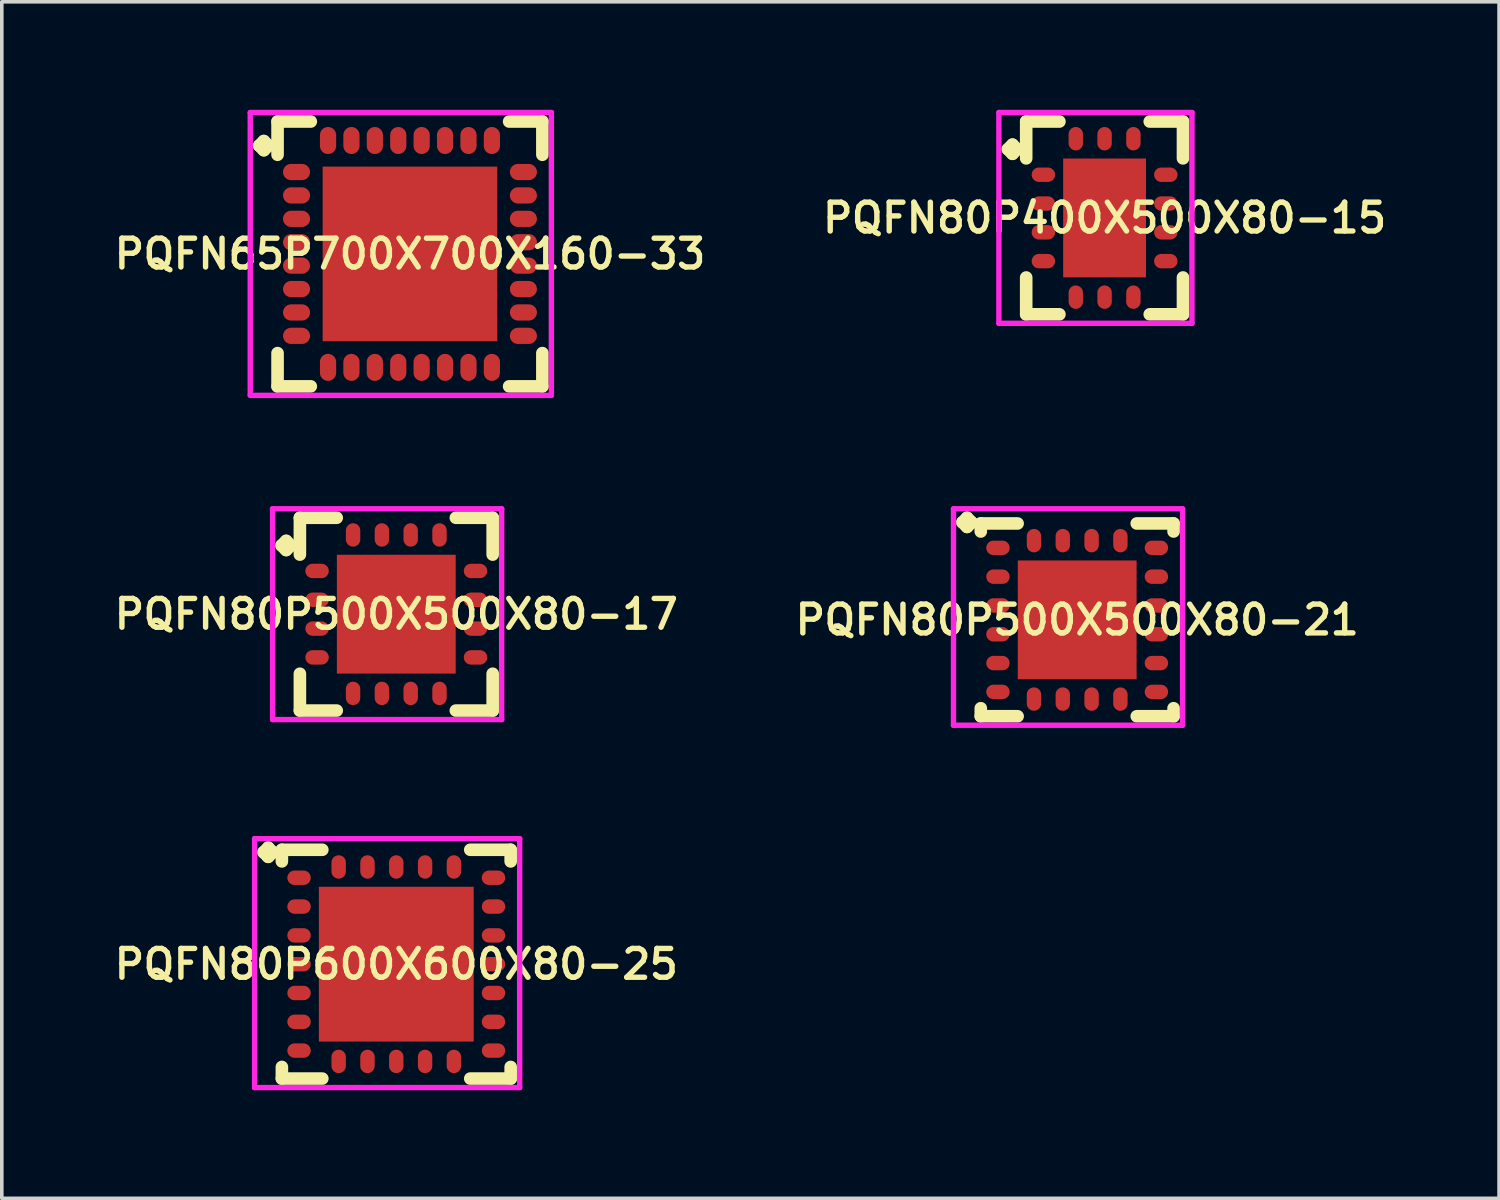
<source format=kicad_pcb>
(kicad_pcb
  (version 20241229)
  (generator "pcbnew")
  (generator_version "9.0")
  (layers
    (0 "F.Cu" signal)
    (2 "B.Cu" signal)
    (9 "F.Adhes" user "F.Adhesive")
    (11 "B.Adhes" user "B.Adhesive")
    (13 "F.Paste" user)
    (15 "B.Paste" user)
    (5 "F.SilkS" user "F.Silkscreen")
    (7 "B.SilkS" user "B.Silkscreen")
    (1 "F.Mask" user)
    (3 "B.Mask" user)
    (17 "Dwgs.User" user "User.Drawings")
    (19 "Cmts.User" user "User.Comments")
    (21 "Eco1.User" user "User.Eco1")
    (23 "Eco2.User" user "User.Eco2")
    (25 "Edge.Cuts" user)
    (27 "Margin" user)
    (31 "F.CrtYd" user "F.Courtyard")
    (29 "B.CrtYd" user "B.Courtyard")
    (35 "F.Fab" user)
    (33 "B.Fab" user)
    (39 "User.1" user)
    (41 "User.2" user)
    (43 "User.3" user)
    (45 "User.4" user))
  (footprint "PQFN80P600X600X80-25"
    (layer "F.Cu")
    (at 7.955 23.726)
    (property "Reference" "PQFN80P600X600X80-25" (at 0 0 0) (layer "F.SilkS") (effects (font (size 0.8 0.8) (thickness 0.15))))
    (attr smd)
    (fp_line (start -3.685 -3.108) (end -3.558 -3.235) (stroke (width 0.35) (type solid)) (layer "F.SilkS"))
    (fp_line (start -3.558 -3.235) (end -3.431 -3.108) (stroke (width 0.35) (type solid)) (layer "F.SilkS"))
    (fp_line (start -3.558 -2.981) (end -3.685 -3.108) (stroke (width 0.35) (type solid)) (layer "F.SilkS"))
    (fp_line (start -3.431 -3.108) (end -3.558 -2.981) (stroke (width 0.35) (type solid)) (layer "F.SilkS"))
    (fp_line (start -3.177 -3.177) (end -2.054 -3.177) (stroke (width 0.35) (type solid)) (layer "F.SilkS"))
    (fp_line (start -3.177 -2.854) (end -3.177 -3.177) (stroke (width 0.35) (type solid)) (layer "F.SilkS"))
    (fp_line (start -3.177 2.854) (end -3.177 3.177) (stroke (width 0.35) (type solid)) (layer "F.SilkS"))
    (fp_line (start -3.177 3.177) (end -2.054 3.177) (stroke (width 0.35) (type solid)) (layer "F.SilkS"))
    (fp_line (start 2.054 -3.177) (end 3.177 -3.177) (stroke (width 0.35) (type solid)) (layer "F.SilkS"))
    (fp_line (start 2.054 3.177) (end 3.177 3.177) (stroke (width 0.35) (type solid)) (layer "F.SilkS"))
    (fp_line (start 3.177 -3.177) (end 3.177 -2.854) (stroke (width 0.35) (type solid)) (layer "F.SilkS"))
    (fp_line (start 3.177 3.177) (end 3.177 2.854) (stroke (width 0.35) (type solid)) (layer "F.SilkS"))
    (fp_line (start -3.935 -3.485) (end 3.427 -3.485) (stroke (width 0.15) (type solid)) (layer "F.CrtYd"))
    (fp_line (start -3.935 3.427) (end -3.935 -3.485) (stroke (width 0.15) (type solid)) (layer "F.CrtYd"))
    (fp_line (start 3.427 -3.485) (end 3.427 3.427) (stroke (width 0.15) (type solid)) (layer "F.CrtYd"))
    (fp_line (start 3.427 3.427) (end -3.935 3.427) (stroke (width 0.15) (type solid)) (layer "F.CrtYd"))
    (pad "1" smd oval (at -2.7 -2.4) (size 0.65 0.4) (layers "F.Cu" "F.Mask" "F.Paste"))
    (pad "2" smd oval (at -2.7 -1.6) (size 0.65 0.4) (layers "F.Cu" "F.Mask" "F.Paste"))
    (pad "3" smd oval (at -2.7 -0.8) (size 0.65 0.4) (layers "F.Cu" "F.Mask" "F.Paste"))
    (pad "4" smd oval (at -2.7 0) (size 0.65 0.4) (layers "F.Cu" "F.Mask" "F.Paste"))
    (pad "5" smd oval (at -2.7 0.8) (size 0.65 0.4) (layers "F.Cu" "F.Mask" "F.Paste"))
    (pad "6" smd oval (at -2.7 1.6) (size 0.65 0.4) (layers "F.Cu" "F.Mask" "F.Paste"))
    (pad "7" smd oval (at -2.7 2.4) (size 0.65 0.4) (layers "F.Cu" "F.Mask" "F.Paste"))
    (pad "8" smd oval (at -1.6 2.7) (size 0.4 0.65) (layers "F.Cu" "F.Mask" "F.Paste"))
    (pad "9" smd oval (at -0.8 2.7) (size 0.4 0.65) (layers "F.Cu" "F.Mask" "F.Paste"))
    (pad "10" smd oval (at 0 2.7) (size 0.4 0.65) (layers "F.Cu" "F.Mask" "F.Paste"))
    (pad "11" smd oval (at 0.8 2.7) (size 0.4 0.65) (layers "F.Cu" "F.Mask" "F.Paste"))
    (pad "12" smd oval (at 1.6 2.7) (size 0.4 0.65) (layers "F.Cu" "F.Mask" "F.Paste"))
    (pad "13" smd oval (at 2.7 2.4) (size 0.65 0.4) (layers "F.Cu" "F.Mask" "F.Paste"))
    (pad "14" smd oval (at 2.7 1.6) (size 0.65 0.4) (layers "F.Cu" "F.Mask" "F.Paste"))
    (pad "15" smd oval (at 2.7 0.8) (size 0.65 0.4) (layers "F.Cu" "F.Mask" "F.Paste"))
    (pad "16" smd oval (at 2.7 0) (size 0.65 0.4) (layers "F.Cu" "F.Mask" "F.Paste"))
    (pad "17" smd oval (at 2.7 -0.8) (size 0.65 0.4) (layers "F.Cu" "F.Mask" "F.Paste"))
    (pad "18" smd oval (at 2.7 -1.6) (size 0.65 0.4) (layers "F.Cu" "F.Mask" "F.Paste"))
    (pad "19" smd oval (at 2.7 -2.4) (size 0.65 0.4) (layers "F.Cu" "F.Mask" "F.Paste"))
    (pad "20" smd oval (at 1.6 -2.7) (size 0.4 0.65) (layers "F.Cu" "F.Mask" "F.Paste"))
    (pad "21" smd oval (at 0.8 -2.7) (size 0.4 0.65) (layers "F.Cu" "F.Mask" "F.Paste"))
    (pad "22" smd oval (at 0 -2.7) (size 0.4 0.65) (layers "F.Cu" "F.Mask" "F.Paste"))
    (pad "23" smd oval (at -0.8 -2.7) (size 0.4 0.65) (layers "F.Cu" "F.Mask" "F.Paste"))
    (pad "24" smd oval (at -1.6 -2.7) (size 0.4 0.65) (layers "F.Cu" "F.Mask" "F.Paste"))
    (pad "25" smd rect (at 0 0) (size 4.3 4.3) (layers "F.Cu" "F.Mask" "F.Paste")))
  (footprint "PQFN80P500X500X80-21"
    (layer "F.Cu")
    (at 26.864 14.164)
    (property "Reference" "PQFN80P500X500X80-21" (at 0 0 0) (layer "F.SilkS") (effects (font (size 0.8 0.8) (thickness 0.15))))
    (attr through_hole)
    (fp_line (start -3.185 -2.708) (end -3.058 -2.835) (stroke (width 0.35) (type solid)) (layer "F.SilkS"))
    (fp_line (start -3.058 -2.835) (end -2.931 -2.708) (stroke (width 0.35) (type solid)) (layer "F.SilkS"))
    (fp_line (start -3.058 -2.581) (end -3.185 -2.708) (stroke (width 0.35) (type solid)) (layer "F.SilkS"))
    (fp_line (start -2.931 -2.708) (end -3.058 -2.581) (stroke (width 0.35) (type solid)) (layer "F.SilkS"))
    (fp_line (start -2.677 -2.677) (end -1.654 -2.677) (stroke (width 0.35) (type solid)) (layer "F.SilkS"))
    (fp_line (start -2.677 -2.454) (end -2.677 -2.677) (stroke (width 0.35) (type solid)) (layer "F.SilkS"))
    (fp_line (start -2.677 2.454) (end -2.677 2.677) (stroke (width 0.35) (type solid)) (layer "F.SilkS"))
    (fp_line (start -2.677 2.677) (end -1.654 2.677) (stroke (width 0.35) (type solid)) (layer "F.SilkS"))
    (fp_line (start 1.654 -2.677) (end 2.677 -2.677) (stroke (width 0.35) (type solid)) (layer "F.SilkS"))
    (fp_line (start 1.654 2.677) (end 2.677 2.677) (stroke (width 0.35) (type solid)) (layer "F.SilkS"))
    (fp_line (start 2.677 -2.677) (end 2.677 -2.454) (stroke (width 0.35) (type solid)) (layer "F.SilkS"))
    (fp_line (start 2.677 2.677) (end 2.677 2.454) (stroke (width 0.35) (type solid)) (layer "F.SilkS"))
    (fp_line (start -3.435 -3.085) (end 2.927 -3.085) (stroke (width 0.15) (type solid)) (layer "F.CrtYd"))
    (fp_line (start -3.435 2.927) (end -3.435 -3.085) (stroke (width 0.15) (type solid)) (layer "F.CrtYd"))
    (fp_line (start 2.927 -3.085) (end 2.927 2.927) (stroke (width 0.15) (type solid)) (layer "F.CrtYd"))
    (fp_line (start 2.927 2.927) (end -3.435 2.927) (stroke (width 0.15) (type solid)) (layer "F.CrtYd"))
    (pad "1" smd oval (at -2.2 -2) (size 0.65 0.4) (layers "F.Cu" "F.Mask" "F.Paste"))
    (pad "2" smd oval (at -2.2 -1.2) (size 0.65 0.4) (layers "F.Cu" "F.Mask" "F.Paste"))
    (pad "3" smd oval (at -2.2 -0.4) (size 0.65 0.4) (layers "F.Cu" "F.Mask" "F.Paste"))
    (pad "4" smd oval (at -2.2 0.4) (size 0.65 0.4) (layers "F.Cu" "F.Mask" "F.Paste"))
    (pad "5" smd oval (at -2.2 1.2) (size 0.65 0.4) (layers "F.Cu" "F.Mask" "F.Paste"))
    (pad "6" smd oval (at -2.2 2) (size 0.65 0.4) (layers "F.Cu" "F.Mask" "F.Paste"))
    (pad "7" smd oval (at -1.2 2.2) (size 0.4 0.65) (layers "F.Cu" "F.Mask" "F.Paste"))
    (pad "8" smd oval (at -0.4 2.2) (size 0.4 0.65) (layers "F.Cu" "F.Mask" "F.Paste"))
    (pad "9" smd oval (at 0.4 2.2) (size 0.4 0.65) (layers "F.Cu" "F.Mask" "F.Paste"))
    (pad "10" smd oval (at 1.2 2.2) (size 0.4 0.65) (layers "F.Cu" "F.Mask" "F.Paste"))
    (pad "11" smd oval (at 2.2 2) (size 0.65 0.4) (layers "F.Cu" "F.Mask" "F.Paste"))
    (pad "12" smd oval (at 2.2 1.2) (size 0.65 0.4) (layers "F.Cu" "F.Mask" "F.Paste"))
    (pad "13" smd oval (at 2.2 0.4) (size 0.65 0.4) (layers "F.Cu" "F.Mask" "F.Paste"))
    (pad "14" smd oval (at 2.2 -0.4) (size 0.65 0.4) (layers "F.Cu" "F.Mask" "F.Paste"))
    (pad "15" smd oval (at 2.2 -1.2) (size 0.65 0.4) (layers "F.Cu" "F.Mask" "F.Paste"))
    (pad "16" smd oval (at 2.2 -2) (size 0.65 0.4) (layers "F.Cu" "F.Mask" "F.Paste"))
    (pad "17" smd oval (at 1.2 -2.2) (size 0.4 0.65) (layers "F.Cu" "F.Mask" "F.Paste"))
    (pad "18" smd oval (at 0.4 -2.2) (size 0.4 0.65) (layers "F.Cu" "F.Mask" "F.Paste"))
    (pad "19" smd oval (at -0.4 -2.2) (size 0.4 0.65) (layers "F.Cu" "F.Mask" "F.Paste"))
    (pad "20" smd oval (at -1.2 -2.2) (size 0.4 0.65) (layers "F.Cu" "F.Mask" "F.Paste"))
    (pad "21" smd rect (at 0 0) (size 3.3 3.3) (layers "F.Cu" "F.Mask" "F.Paste")))
  (footprint "PQFN80P500X500X80-17"
    (layer "F.Cu")
    (at 7.955 14.006)
    (property "Reference" "PQFN80P500X500X80-17" (at 0 0 0) (layer "F.SilkS") (effects (font (size 0.8 0.8) (thickness 0.15))))
    (attr smd)
    (fp_line (start -3.185 -1.908) (end -3.058 -2.035) (stroke (width 0.35) (type solid)) (layer "F.SilkS"))
    (fp_line (start -3.058 -2.035) (end -2.931 -1.908) (stroke (width 0.35) (type solid)) (layer "F.SilkS"))
    (fp_line (start -3.058 -1.781) (end -3.185 -1.908) (stroke (width 0.35) (type solid)) (layer "F.SilkS"))
    (fp_line (start -2.931 -1.908) (end -3.058 -1.781) (stroke (width 0.35) (type solid)) (layer "F.SilkS"))
    (fp_line (start -2.677 -2.677) (end -1.654 -2.677) (stroke (width 0.35) (type solid)) (layer "F.SilkS"))
    (fp_line (start -2.677 -1.654) (end -2.677 -2.677) (stroke (width 0.35) (type solid)) (layer "F.SilkS"))
    (fp_line (start -2.677 1.654) (end -2.677 2.677) (stroke (width 0.35) (type solid)) (layer "F.SilkS"))
    (fp_line (start -2.677 2.677) (end -1.654 2.677) (stroke (width 0.35) (type solid)) (layer "F.SilkS"))
    (fp_line (start 1.654 -2.677) (end 2.677 -2.677) (stroke (width 0.35) (type solid)) (layer "F.SilkS"))
    (fp_line (start 1.654 2.677) (end 2.677 2.677) (stroke (width 0.35) (type solid)) (layer "F.SilkS"))
    (fp_line (start 2.677 -2.677) (end 2.677 -1.654) (stroke (width 0.35) (type solid)) (layer "F.SilkS"))
    (fp_line (start 2.677 2.677) (end 2.677 1.654) (stroke (width 0.35) (type solid)) (layer "F.SilkS"))
    (fp_line (start -3.435 -2.927) (end 2.927 -2.927) (stroke (width 0.15) (type solid)) (layer "F.CrtYd"))
    (fp_line (start -3.435 2.927) (end -3.435 -2.927) (stroke (width 0.15) (type solid)) (layer "F.CrtYd"))
    (fp_line (start 2.927 -2.927) (end 2.927 2.927) (stroke (width 0.15) (type solid)) (layer "F.CrtYd"))
    (fp_line (start 2.927 2.927) (end -3.435 2.927) (stroke (width 0.15) (type solid)) (layer "F.CrtYd"))
    (pad "1" smd oval (at -2.2 -1.2) (size 0.65 0.4) (layers "F.Cu" "F.Mask" "F.Paste"))
    (pad "2" smd oval (at -2.2 -0.4) (size 0.65 0.4) (layers "F.Cu" "F.Mask" "F.Paste"))
    (pad "3" smd oval (at -2.2 0.4) (size 0.65 0.4) (layers "F.Cu" "F.Mask" "F.Paste"))
    (pad "4" smd oval (at -2.2 1.2) (size 0.65 0.4) (layers "F.Cu" "F.Mask" "F.Paste"))
    (pad "5" smd oval (at -1.2 2.2) (size 0.4 0.65) (layers "F.Cu" "F.Mask" "F.Paste"))
    (pad "6" smd oval (at -0.4 2.2) (size 0.4 0.65) (layers "F.Cu" "F.Mask" "F.Paste"))
    (pad "7" smd oval (at 0.4 2.2) (size 0.4 0.65) (layers "F.Cu" "F.Mask" "F.Paste"))
    (pad "8" smd oval (at 1.2 2.2) (size 0.4 0.65) (layers "F.Cu" "F.Mask" "F.Paste"))
    (pad "9" smd oval (at 2.2 1.2) (size 0.65 0.4) (layers "F.Cu" "F.Mask" "F.Paste"))
    (pad "10" smd oval (at 2.2 0.4) (size 0.65 0.4) (layers "F.Cu" "F.Mask" "F.Paste"))
    (pad "11" smd oval (at 2.2 -0.4) (size 0.65 0.4) (layers "F.Cu" "F.Mask" "F.Paste"))
    (pad "12" smd oval (at 2.2 -1.2) (size 0.65 0.4) (layers "F.Cu" "F.Mask" "F.Paste"))
    (pad "13" smd oval (at 1.2 -2.2) (size 0.4 0.65) (layers "F.Cu" "F.Mask" "F.Paste"))
    (pad "14" smd oval (at 0.4 -2.2) (size 0.4 0.65) (layers "F.Cu" "F.Mask" "F.Paste"))
    (pad "15" smd oval (at -0.4 -2.2) (size 0.4 0.65) (layers "F.Cu" "F.Mask" "F.Paste"))
    (pad "16" smd oval (at -1.2 -2.2) (size 0.4 0.65) (layers "F.Cu" "F.Mask" "F.Paste"))
    (pad "17" smd rect (at 0 0) (size 3.3 3.3) (layers "F.Cu" "F.Mask" "F.Paste")))
  (footprint "PQFN65P700X700X160-33"
    (layer "F.Cu")
    (at 8.335 4.002)
    (property "Reference" "PQFN65P700X700X160-33" (at 0 0 0) (layer "F.SilkS") (effects (font (size 0.8 0.8) (thickness 0.15))))
    (attr smd)
    (fp_line (start -4.185 -3.008) (end -4.058 -3.135) (stroke (width 0.35) (type solid)) (layer "F.SilkS"))
    (fp_line (start -4.058 -3.135) (end -3.931 -3.008) (stroke (width 0.35) (type solid)) (layer "F.SilkS"))
    (fp_line (start -4.058 -2.881) (end -4.185 -3.008) (stroke (width 0.35) (type solid)) (layer "F.SilkS"))
    (fp_line (start -3.931 -3.008) (end -4.058 -2.881) (stroke (width 0.35) (type solid)) (layer "F.SilkS"))
    (fp_line (start -3.677 -3.677) (end -2.754 -3.677) (stroke (width 0.35) (type solid)) (layer "F.SilkS"))
    (fp_line (start -3.677 -2.754) (end -3.677 -3.677) (stroke (width 0.35) (type solid)) (layer "F.SilkS"))
    (fp_line (start -3.677 2.754) (end -3.677 3.677) (stroke (width 0.35) (type solid)) (layer "F.SilkS"))
    (fp_line (start -3.677 3.677) (end -2.754 3.677) (stroke (width 0.35) (type solid)) (layer "F.SilkS"))
    (fp_line (start 2.754 -3.677) (end 3.677 -3.677) (stroke (width 0.35) (type solid)) (layer "F.SilkS"))
    (fp_line (start 2.754 3.677) (end 3.677 3.677) (stroke (width 0.35) (type solid)) (layer "F.SilkS"))
    (fp_line (start 3.677 -3.677) (end 3.677 -2.754) (stroke (width 0.35) (type solid)) (layer "F.SilkS"))
    (fp_line (start 3.677 3.677) (end 3.677 2.754) (stroke (width 0.35) (type solid)) (layer "F.SilkS"))
    (fp_line (start -4.435 -3.927) (end 3.927 -3.927) (stroke (width 0.15) (type solid)) (layer "F.CrtYd"))
    (fp_line (start -4.435 3.927) (end -4.435 -3.927) (stroke (width 0.15) (type solid)) (layer "F.CrtYd"))
    (fp_line (start 3.927 -3.927) (end 3.927 3.927) (stroke (width 0.15) (type solid)) (layer "F.CrtYd"))
    (fp_line (start 3.927 3.927) (end -4.435 3.927) (stroke (width 0.15) (type solid)) (layer "F.CrtYd"))
    (pad "1" smd oval (at -3.15 -2.275) (size 0.75 0.45) (layers "F.Cu" "F.Mask" "F.Paste"))
    (pad "2" smd oval (at -3.15 -1.625) (size 0.75 0.45) (layers "F.Cu" "F.Mask" "F.Paste"))
    (pad "3" smd oval (at -3.15 -0.975) (size 0.75 0.45) (layers "F.Cu" "F.Mask" "F.Paste"))
    (pad "4" smd oval (at -3.15 -0.325) (size 0.75 0.45) (layers "F.Cu" "F.Mask" "F.Paste"))
    (pad "5" smd oval (at -3.15 0.325) (size 0.75 0.45) (layers "F.Cu" "F.Mask" "F.Paste"))
    (pad "6" smd oval (at -3.15 0.975) (size 0.75 0.45) (layers "F.Cu" "F.Mask" "F.Paste"))
    (pad "7" smd oval (at -3.15 1.625) (size 0.75 0.45) (layers "F.Cu" "F.Mask" "F.Paste"))
    (pad "8" smd oval (at -3.15 2.275) (size 0.75 0.45) (layers "F.Cu" "F.Mask" "F.Paste"))
    (pad "9" smd oval (at -2.275 3.15) (size 0.45 0.75) (layers "F.Cu" "F.Mask" "F.Paste"))
    (pad "10" smd oval (at -1.625 3.15) (size 0.45 0.75) (layers "F.Cu" "F.Mask" "F.Paste"))
    (pad "11" smd oval (at -0.975 3.15) (size 0.45 0.75) (layers "F.Cu" "F.Mask" "F.Paste"))
    (pad "12" smd oval (at -0.325 3.15) (size 0.45 0.75) (layers "F.Cu" "F.Mask" "F.Paste"))
    (pad "13" smd oval (at 0.325 3.15) (size 0.45 0.75) (layers "F.Cu" "F.Mask" "F.Paste"))
    (pad "14" smd oval (at 0.975 3.15) (size 0.45 0.75) (layers "F.Cu" "F.Mask" "F.Paste"))
    (pad "15" smd oval (at 1.625 3.15) (size 0.45 0.75) (layers "F.Cu" "F.Mask" "F.Paste"))
    (pad "16" smd oval (at 2.275 3.15) (size 0.45 0.75) (layers "F.Cu" "F.Mask" "F.Paste"))
    (pad "17" smd oval (at 3.15 2.275) (size 0.75 0.45) (layers "F.Cu" "F.Mask" "F.Paste"))
    (pad "18" smd oval (at 3.15 1.625) (size 0.75 0.45) (layers "F.Cu" "F.Mask" "F.Paste"))
    (pad "19" smd oval (at 3.15 0.975) (size 0.75 0.45) (layers "F.Cu" "F.Mask" "F.Paste"))
    (pad "20" smd oval (at 3.15 0.325) (size 0.75 0.45) (layers "F.Cu" "F.Mask" "F.Paste"))
    (pad "21" smd oval (at 3.15 -0.325) (size 0.75 0.45) (layers "F.Cu" "F.Mask" "F.Paste"))
    (pad "22" smd oval (at 3.15 -0.975) (size 0.75 0.45) (layers "F.Cu" "F.Mask" "F.Paste"))
    (pad "23" smd oval (at 3.15 -1.625) (size 0.75 0.45) (layers "F.Cu" "F.Mask" "F.Paste"))
    (pad "24" smd oval (at 3.15 -2.275) (size 0.75 0.45) (layers "F.Cu" "F.Mask" "F.Paste"))
    (pad "25" smd oval (at 2.275 -3.15) (size 0.45 0.75) (layers "F.Cu" "F.Mask" "F.Paste"))
    (pad "26" smd oval (at 1.625 -3.15) (size 0.45 0.75) (layers "F.Cu" "F.Mask" "F.Paste"))
    (pad "27" smd oval (at 0.975 -3.15) (size 0.45 0.75) (layers "F.Cu" "F.Mask" "F.Paste"))
    (pad "28" smd oval (at 0.325 -3.15) (size 0.45 0.75) (layers "F.Cu" "F.Mask" "F.Paste"))
    (pad "29" smd oval (at -0.325 -3.15) (size 0.45 0.75) (layers "F.Cu" "F.Mask" "F.Paste"))
    (pad "30" smd oval (at -0.975 -3.15) (size 0.45 0.75) (layers "F.Cu" "F.Mask" "F.Paste"))
    (pad "31" smd oval (at -1.625 -3.15) (size 0.45 0.75) (layers "F.Cu" "F.Mask" "F.Paste"))
    (pad "32" smd oval (at -2.275 -3.15) (size 0.45 0.75) (layers "F.Cu" "F.Mask" "F.Paste"))
    (pad "33" smd rect (at 0 0) (size 4.85 4.85) (layers "F.Cu" "F.Mask" "F.Paste")))
  (footprint "PQFN80P400X500X80-15"
    (layer "F.Cu")
    (at 27.625 3.002)
    (property "Reference" "PQFN80P400X500X80-15" (at 0 0 0) (layer "F.SilkS") (effects (font (size 0.8 0.8) (thickness 0.15))))
    (attr smd)
    (fp_line (start -2.685 -1.908) (end -2.558 -2.035) (stroke (width 0.35) (type solid)) (layer "F.SilkS"))
    (fp_line (start -2.558 -2.035) (end -2.431 -1.908) (stroke (width 0.35) (type solid)) (layer "F.SilkS"))
    (fp_line (start -2.558 -1.781) (end -2.685 -1.908) (stroke (width 0.35) (type solid)) (layer "F.SilkS"))
    (fp_line (start -2.431 -1.908) (end -2.558 -1.781) (stroke (width 0.35) (type solid)) (layer "F.SilkS"))
    (fp_line (start -2.177 -2.677) (end -1.254 -2.677) (stroke (width 0.35) (type solid)) (layer "F.SilkS"))
    (fp_line (start -2.177 -1.654) (end -2.177 -2.677) (stroke (width 0.35) (type solid)) (layer "F.SilkS"))
    (fp_line (start -2.177 1.654) (end -2.177 2.677) (stroke (width 0.35) (type solid)) (layer "F.SilkS"))
    (fp_line (start -2.177 2.677) (end -1.254 2.677) (stroke (width 0.35) (type solid)) (layer "F.SilkS"))
    (fp_line (start 1.254 -2.677) (end 2.177 -2.677) (stroke (width 0.35) (type solid)) (layer "F.SilkS"))
    (fp_line (start 1.254 2.677) (end 2.177 2.677) (stroke (width 0.35) (type solid)) (layer "F.SilkS"))
    (fp_line (start 2.177 -2.677) (end 2.177 -1.654) (stroke (width 0.35) (type solid)) (layer "F.SilkS"))
    (fp_line (start 2.177 2.677) (end 2.177 1.654) (stroke (width 0.35) (type solid)) (layer "F.SilkS"))
    (fp_line (start -2.935 -2.927) (end 2.427 -2.927) (stroke (width 0.15) (type solid)) (layer "F.CrtYd"))
    (fp_line (start -2.935 2.927) (end -2.935 -2.927) (stroke (width 0.15) (type solid)) (layer "F.CrtYd"))
    (fp_line (start 2.427 -2.927) (end 2.427 2.927) (stroke (width 0.15) (type solid)) (layer "F.CrtYd"))
    (fp_line (start 2.427 2.927) (end -2.935 2.927) (stroke (width 0.15) (type solid)) (layer "F.CrtYd"))
    (pad "1" smd oval (at -1.7 -1.2) (size 0.65 0.4) (layers "F.Cu" "F.Mask" "F.Paste"))
    (pad "2" smd oval (at -1.7 -0.4) (size 0.65 0.4) (layers "F.Cu" "F.Mask" "F.Paste"))
    (pad "3" smd oval (at -1.7 0.4) (size 0.65 0.4) (layers "F.Cu" "F.Mask" "F.Paste"))
    (pad "4" smd oval (at -1.7 1.2) (size 0.65 0.4) (layers "F.Cu" "F.Mask" "F.Paste"))
    (pad "5" smd oval (at -0.8 2.2) (size 0.4 0.65) (layers "F.Cu" "F.Mask" "F.Paste"))
    (pad "6" smd oval (at 0 2.2) (size 0.4 0.65) (layers "F.Cu" "F.Mask" "F.Paste"))
    (pad "7" smd oval (at 0.8 2.2) (size 0.4 0.65) (layers "F.Cu" "F.Mask" "F.Paste"))
    (pad "8" smd oval (at 1.7 1.2) (size 0.65 0.4) (layers "F.Cu" "F.Mask" "F.Paste"))
    (pad "9" smd oval (at 1.7 0.4) (size 0.65 0.4) (layers "F.Cu" "F.Mask" "F.Paste"))
    (pad "10" smd oval (at 1.7 -0.4) (size 0.65 0.4) (layers "F.Cu" "F.Mask" "F.Paste"))
    (pad "11" smd oval (at 1.7 -1.2) (size 0.65 0.4) (layers "F.Cu" "F.Mask" "F.Paste"))
    (pad "12" smd oval (at 0.8 -2.2) (size 0.4 0.65) (layers "F.Cu" "F.Mask" "F.Paste"))
    (pad "13" smd oval (at 0 -2.2) (size 0.4 0.65) (layers "F.Cu" "F.Mask" "F.Paste"))
    (pad "14" smd oval (at -0.8 -2.2) (size 0.4 0.65) (layers "F.Cu" "F.Mask" "F.Paste"))
    (pad "15" smd rect (at 0 0) (size 2.3 3.3) (layers "F.Cu" "F.Mask" "F.Paste")))
  (gr_rect
    (start -3 -3)
    (end 38.58 30.228)
    (stroke (width 0.1) (type default))
    (fill no)
    (layer "Edge.Cuts")))
</source>
